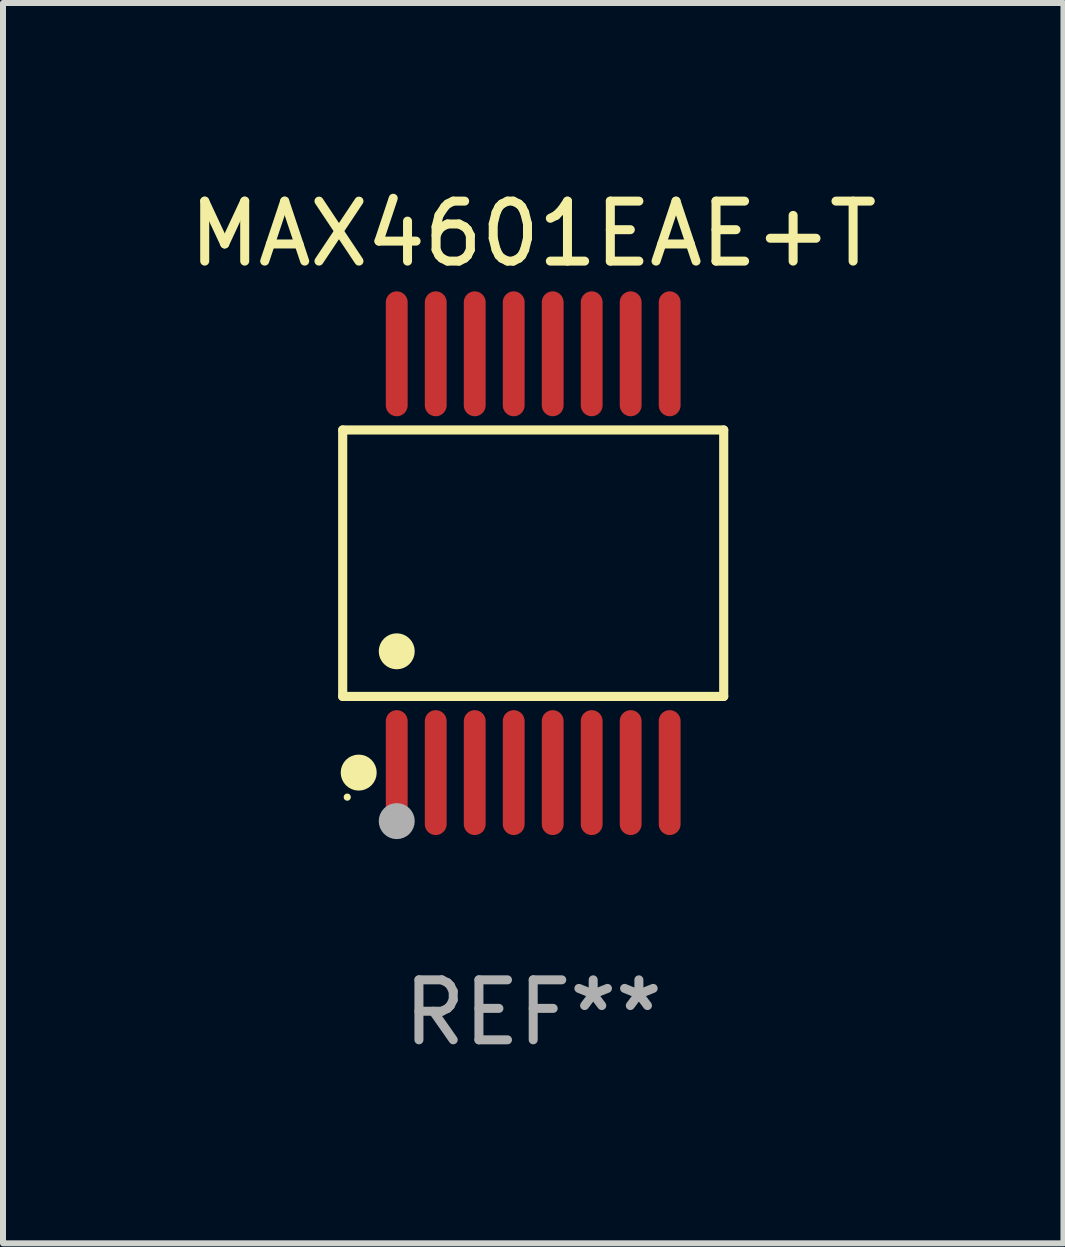
<source format=kicad_pcb>
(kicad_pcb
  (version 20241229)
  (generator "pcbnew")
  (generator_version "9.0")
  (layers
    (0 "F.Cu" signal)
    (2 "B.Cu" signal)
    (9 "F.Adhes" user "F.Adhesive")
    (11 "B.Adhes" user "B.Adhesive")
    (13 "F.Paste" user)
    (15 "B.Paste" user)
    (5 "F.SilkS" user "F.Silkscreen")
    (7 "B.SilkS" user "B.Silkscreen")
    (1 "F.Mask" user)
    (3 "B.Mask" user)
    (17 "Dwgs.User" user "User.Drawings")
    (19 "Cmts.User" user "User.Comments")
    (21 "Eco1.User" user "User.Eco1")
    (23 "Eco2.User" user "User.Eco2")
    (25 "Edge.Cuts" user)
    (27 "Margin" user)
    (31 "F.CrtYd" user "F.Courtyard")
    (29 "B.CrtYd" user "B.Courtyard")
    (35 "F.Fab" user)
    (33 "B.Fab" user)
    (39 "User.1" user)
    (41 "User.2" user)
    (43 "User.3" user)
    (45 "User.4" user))
  (footprint "MAX4601EAE+T"
    (layer "F.Cu")
    (at 5.839 6.339)
    (property "Reference" "MAX4601EAE+T" (at 0 -5.491 0) (layer "F.SilkS") (effects (font (size 1 1) (thickness 0.15))))
    (attr through_hole)
    (fp_line (start -3.176 -2.221) (end 3.176 -2.221) (stroke (width 0.152) (type solid)) (layer "F.SilkS"))
    (fp_line (start -3.176 2.221) (end -3.176 -2.221) (stroke (width 0.152) (type solid)) (layer "F.SilkS"))
    (fp_line (start 3.176 -2.221) (end 3.176 2.221) (stroke (width 0.152) (type solid)) (layer "F.SilkS"))
    (fp_line (start 3.176 2.221) (end -3.176 2.221) (stroke (width 0.152) (type solid)) (layer "F.SilkS"))
    (fp_circle (center -3.1 3.9) (end -3.07 3.9) (stroke (width 0.06) (type solid)) (fill no) (layer "F.SilkS"))
    (fp_circle (center -2.909 3.491) (end -2.759 3.491) (stroke (width 0.3) (type solid)) (fill no) (layer "F.SilkS"))
    (fp_circle (center -2.275 1.469) (end -2.125 1.469) (stroke (width 0.3) (type solid)) (fill no) (layer "F.SilkS"))
    (fp_circle (center -2.275 4.3) (end -2.125 4.3) (stroke (width 0.3) (type solid)) (fill no) (layer "F.Fab"))
    (fp_text user "REF**" (at 0 7.491 0) (layer "F.Fab") (effects (font (size 1 1) (thickness 0.15))))
    (pad "1" smd oval (at -2.275 3.491) (size 0.364 2.082) (layers "F.Cu" "F.Mask" "F.Paste"))
    (pad "2" smd oval (at -1.625 3.491) (size 0.364 2.082) (layers "F.Cu" "F.Mask" "F.Paste"))
    (pad "3" smd oval (at -0.975 3.491) (size 0.364 2.082) (layers "F.Cu" "F.Mask" "F.Paste"))
    (pad "4" smd oval (at -0.325 3.491) (size 0.364 2.082) (layers "F.Cu" "F.Mask" "F.Paste"))
    (pad "5" smd oval (at 0.325 3.491) (size 0.364 2.082) (layers "F.Cu" "F.Mask" "F.Paste"))
    (pad "6" smd oval (at 0.975 3.491) (size 0.364 2.082) (layers "F.Cu" "F.Mask" "F.Paste"))
    (pad "7" smd oval (at 1.625 3.491) (size 0.364 2.082) (layers "F.Cu" "F.Mask" "F.Paste"))
    (pad "8" smd oval (at 2.275 3.491) (size 0.364 2.082) (layers "F.Cu" "F.Mask" "F.Paste"))
    (pad "9" smd oval (at 2.275 -3.491) (size 0.364 2.082) (layers "F.Cu" "F.Mask" "F.Paste"))
    (pad "10" smd oval (at 1.625 -3.491) (size 0.364 2.082) (layers "F.Cu" "F.Mask" "F.Paste"))
    (pad "11" smd oval (at 0.975 -3.491) (size 0.364 2.082) (layers "F.Cu" "F.Mask" "F.Paste"))
    (pad "12" smd oval (at 0.325 -3.491) (size 0.364 2.082) (layers "F.Cu" "F.Mask" "F.Paste"))
    (pad "13" smd oval (at -0.325 -3.491) (size 0.364 2.082) (layers "F.Cu" "F.Mask" "F.Paste"))
    (pad "14" smd oval (at -0.975 -3.491) (size 0.364 2.082) (layers "F.Cu" "F.Mask" "F.Paste"))
    (pad "15" smd oval (at -1.625 -3.491) (size 0.364 2.082) (layers "F.Cu" "F.Mask" "F.Paste"))
    (pad "16" smd oval (at -2.275 -3.491) (size 0.364 2.082) (layers "F.Cu" "F.Mask" "F.Paste")))
  (gr_rect
    (start -3 -3)
    (end 14.679 17.678)
    (stroke (width 0.1) (type default))
    (fill no)
    (layer "Edge.Cuts")))
</source>
